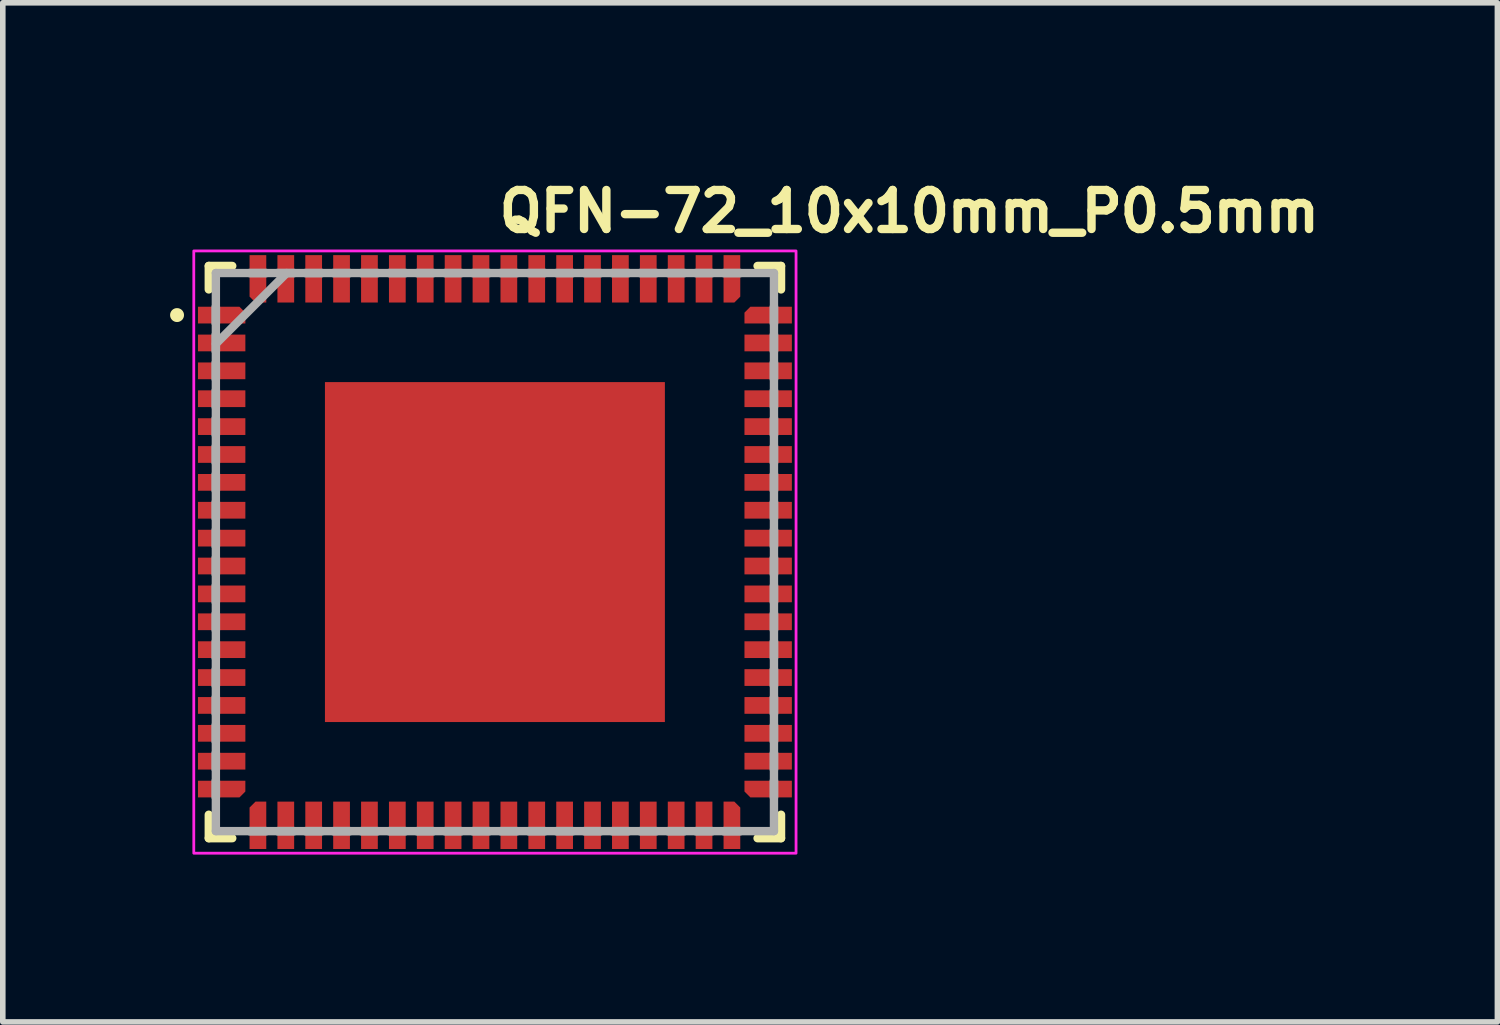
<source format=kicad_pcb>
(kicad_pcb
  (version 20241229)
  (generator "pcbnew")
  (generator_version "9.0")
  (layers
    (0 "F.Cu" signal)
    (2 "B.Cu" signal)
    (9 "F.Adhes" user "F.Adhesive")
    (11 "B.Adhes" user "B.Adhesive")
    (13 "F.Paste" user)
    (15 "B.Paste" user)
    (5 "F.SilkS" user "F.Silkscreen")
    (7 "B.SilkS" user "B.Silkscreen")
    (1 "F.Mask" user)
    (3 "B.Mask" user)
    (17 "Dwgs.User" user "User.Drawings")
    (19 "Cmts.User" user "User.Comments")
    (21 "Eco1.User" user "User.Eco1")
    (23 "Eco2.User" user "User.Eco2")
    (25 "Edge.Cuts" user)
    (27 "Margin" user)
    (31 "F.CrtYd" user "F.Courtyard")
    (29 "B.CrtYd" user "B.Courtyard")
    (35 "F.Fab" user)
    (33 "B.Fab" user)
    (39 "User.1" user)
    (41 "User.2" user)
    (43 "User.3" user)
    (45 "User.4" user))
  (footprint "QFN-72_10x10mm_P0.5mm"
    (layer "F.Cu")
    (at 5.825 6.85)
    (property "Reference" "QFN-72_10x10mm_P0.5mm" (at 0 -5.7 0) (unlocked yes) (layer "F.SilkS") (effects (font (size 0.7 0.7) (thickness 0.15)) (justify left bottom)))
    (attr smd)
    (fp_poly (pts (xy -5.378 -4.05) (xy -5.378 -4.45) (xy -4.538 -4.45) (xy -4.428 -4.339) (xy -4.428 -4.05)) (stroke (width 0) (type solid)) (fill yes) (layer "F.Mask"))
    (fp_poly (pts (xy -5.378 4.05) (xy -5.378 4.45) (xy -4.538 4.45) (xy -4.428 4.339) (xy -4.428 4.05)) (stroke (width 0) (type solid)) (fill yes) (layer "F.Mask"))
    (fp_poly (pts (xy -4.05 -5.378) (xy -4.45 -5.378) (xy -4.45 -4.538) (xy -4.339 -4.428) (xy -4.05 -4.428)) (stroke (width 0) (type solid)) (fill yes) (layer "F.Mask"))
    (fp_poly (pts (xy -4.05 5.378) (xy -4.45 5.378) (xy -4.45 4.538) (xy -4.339 4.428) (xy -4.05 4.428)) (stroke (width 0) (type solid)) (fill yes) (layer "F.Mask"))
    (fp_poly (pts (xy 4.05 -5.378) (xy 4.45 -5.378) (xy 4.45 -4.538) (xy 4.339 -4.428) (xy 4.05 -4.428)) (stroke (width 0) (type solid)) (fill yes) (layer "F.Mask"))
    (fp_poly (pts (xy 4.05 5.378) (xy 4.45 5.378) (xy 4.45 4.538) (xy 4.339 4.428) (xy 4.05 4.428)) (stroke (width 0) (type solid)) (fill yes) (layer "F.Mask"))
    (fp_poly (pts (xy 5.378 -4.05) (xy 5.378 -4.45) (xy 4.538 -4.45) (xy 4.428 -4.339) (xy 4.428 -4.05)) (stroke (width 0) (type solid)) (fill yes) (layer "F.Mask"))
    (fp_poly (pts (xy 5.378 4.05) (xy 5.378 4.45) (xy 4.538 4.45) (xy 4.428 4.339) (xy 4.428 4.05)) (stroke (width 0) (type solid)) (fill yes) (layer "F.Mask"))
    (fp_line (start -5.131 -4.71) (end -5.131 -5.131) (stroke (width 0.15) (type solid)) (layer "F.SilkS"))
    (fp_line (start -5.131 5.131) (end -5.131 4.71) (stroke (width 0.15) (type solid)) (layer "F.SilkS"))
    (fp_line (start -4.71 -5.131) (end -5.131 -5.131) (stroke (width 0.15) (type solid)) (layer "F.SilkS"))
    (fp_line (start -4.71 5.131) (end -5.131 5.131) (stroke (width 0.15) (type solid)) (layer "F.SilkS"))
    (fp_line (start 5.131 -5.131) (end 4.71 -5.131) (stroke (width 0.15) (type solid)) (layer "F.SilkS"))
    (fp_line (start 5.131 -4.71) (end 5.131 -5.131) (stroke (width 0.15) (type solid)) (layer "F.SilkS"))
    (fp_line (start 5.131 5.131) (end 4.71 5.131) (stroke (width 0.15) (type solid)) (layer "F.SilkS"))
    (fp_line (start 5.131 5.131) (end 5.131 4.71) (stroke (width 0.15) (type solid)) (layer "F.SilkS"))
    (fp_circle (center -5.7 -4.25) (end -5.65 -4.25) (stroke (width 0.15) (type solid)) (fill yes) (layer "F.SilkS"))
    (fp_poly (pts (xy -2.425 -1.175) (xy -1.175 -1.175) (xy -1.175 -2.425) (xy -2.425 -2.425)) (stroke (width 0) (type solid)) (fill yes) (layer "F.Paste"))
    (fp_poly (pts (xy -2.425 0.625) (xy -1.175 0.625) (xy -1.175 -0.625) (xy -2.425 -0.625)) (stroke (width 0) (type solid)) (fill yes) (layer "F.Paste"))
    (fp_poly (pts (xy -2.425 2.425) (xy -1.175 2.425) (xy -1.175 1.175) (xy -2.425 1.175)) (stroke (width 0) (type solid)) (fill yes) (layer "F.Paste"))
    (fp_poly (pts (xy -0.625 -1.175) (xy 0.625 -1.175) (xy 0.625 -2.425) (xy -0.625 -2.425)) (stroke (width 0) (type solid)) (fill yes) (layer "F.Paste"))
    (fp_poly (pts (xy -0.625 0.625) (xy 0.625 0.625) (xy 0.625 -0.625) (xy -0.625 -0.625)) (stroke (width 0) (type solid)) (fill yes) (layer "F.Paste"))
    (fp_poly (pts (xy -0.625 2.425) (xy 0.625 2.425) (xy 0.625 1.175) (xy -0.625 1.175)) (stroke (width 0) (type solid)) (fill yes) (layer "F.Paste"))
    (fp_poly (pts (xy 1.175 -1.175) (xy 2.425 -1.175) (xy 2.425 -2.425) (xy 1.175 -2.425)) (stroke (width 0) (type solid)) (fill yes) (layer "F.Paste"))
    (fp_poly (pts (xy 1.175 0.625) (xy 2.425 0.625) (xy 2.425 -0.625) (xy 1.175 -0.625)) (stroke (width 0) (type solid)) (fill yes) (layer "F.Paste"))
    (fp_poly (pts (xy 1.175 2.425) (xy 2.425 2.425) (xy 2.425 1.175) (xy 1.175 1.175)) (stroke (width 0) (type solid)) (fill yes) (layer "F.Paste"))
    (fp_rect (start -5.4 -5.4) (end 5.4 5.4) (stroke (width 0.05) (type solid)) (fill no) (layer "F.CrtYd"))
    (fp_line (start -5.004 -4.098) (end -5.004 -4.402) (stroke (width 0.15) (type solid)) (layer "F.Fab"))
    (fp_line (start -5.004 -4.098) (end -5.004 -4.402) (stroke (width 0.15) (type solid)) (layer "F.Fab"))
    (fp_line (start -5.004 -3.734) (end -3.734 -5.004) (stroke (width 0.15) (type solid)) (layer "F.Fab"))
    (fp_line (start -5.004 -3.598) (end -5.004 -3.902) (stroke (width 0.15) (type solid)) (layer "F.Fab"))
    (fp_line (start -5.004 -3.598) (end -5.004 -3.902) (stroke (width 0.15) (type solid)) (layer "F.Fab"))
    (fp_line (start -5.004 -3.098) (end -5.004 -3.402) (stroke (width 0.15) (type solid)) (layer "F.Fab"))
    (fp_line (start -5.004 -3.098) (end -5.004 -3.402) (stroke (width 0.15) (type solid)) (layer "F.Fab"))
    (fp_line (start -5.004 -2.598) (end -5.004 -2.902) (stroke (width 0.15) (type solid)) (layer "F.Fab"))
    (fp_line (start -5.004 -2.598) (end -5.004 -2.902) (stroke (width 0.15) (type solid)) (layer "F.Fab"))
    (fp_line (start -5.004 -2.098) (end -5.004 -2.402) (stroke (width 0.15) (type solid)) (layer "F.Fab"))
    (fp_line (start -5.004 -2.098) (end -5.004 -2.402) (stroke (width 0.15) (type solid)) (layer "F.Fab"))
    (fp_line (start -5.004 -1.598) (end -5.004 -1.902) (stroke (width 0.15) (type solid)) (layer "F.Fab"))
    (fp_line (start -5.004 -1.598) (end -5.004 -1.902) (stroke (width 0.15) (type solid)) (layer "F.Fab"))
    (fp_line (start -5.004 -1.098) (end -5.004 -1.402) (stroke (width 0.15) (type solid)) (layer "F.Fab"))
    (fp_line (start -5.004 -1.098) (end -5.004 -1.402) (stroke (width 0.15) (type solid)) (layer "F.Fab"))
    (fp_line (start -5.004 -0.598) (end -5.004 -0.902) (stroke (width 0.15) (type solid)) (layer "F.Fab"))
    (fp_line (start -5.004 -0.598) (end -5.004 -0.902) (stroke (width 0.15) (type solid)) (layer "F.Fab"))
    (fp_line (start -5.004 -0.098) (end -5.004 -0.402) (stroke (width 0.15) (type solid)) (layer "F.Fab"))
    (fp_line (start -5.004 -0.098) (end -5.004 -0.402) (stroke (width 0.15) (type solid)) (layer "F.Fab"))
    (fp_line (start -5.004 0.402) (end -5.004 0.098) (stroke (width 0.15) (type solid)) (layer "F.Fab"))
    (fp_line (start -5.004 0.402) (end -5.004 0.098) (stroke (width 0.15) (type solid)) (layer "F.Fab"))
    (fp_line (start -5.004 0.902) (end -5.004 0.598) (stroke (width 0.15) (type solid)) (layer "F.Fab"))
    (fp_line (start -5.004 0.902) (end -5.004 0.598) (stroke (width 0.15) (type solid)) (layer "F.Fab"))
    (fp_line (start -5.004 1.402) (end -5.004 1.098) (stroke (width 0.15) (type solid)) (layer "F.Fab"))
    (fp_line (start -5.004 1.402) (end -5.004 1.098) (stroke (width 0.15) (type solid)) (layer "F.Fab"))
    (fp_line (start -5.004 1.902) (end -5.004 1.598) (stroke (width 0.15) (type solid)) (layer "F.Fab"))
    (fp_line (start -5.004 1.902) (end -5.004 1.598) (stroke (width 0.15) (type solid)) (layer "F.Fab"))
    (fp_line (start -5.004 2.402) (end -5.004 2.098) (stroke (width 0.15) (type solid)) (layer "F.Fab"))
    (fp_line (start -5.004 2.402) (end -5.004 2.098) (stroke (width 0.15) (type solid)) (layer "F.Fab"))
    (fp_line (start -5.004 2.902) (end -5.004 2.598) (stroke (width 0.15) (type solid)) (layer "F.Fab"))
    (fp_line (start -5.004 2.902) (end -5.004 2.598) (stroke (width 0.15) (type solid)) (layer "F.Fab"))
    (fp_line (start -5.004 3.402) (end -5.004 3.098) (stroke (width 0.15) (type solid)) (layer "F.Fab"))
    (fp_line (start -5.004 3.402) (end -5.004 3.098) (stroke (width 0.15) (type solid)) (layer "F.Fab"))
    (fp_line (start -5.004 3.902) (end -5.004 3.598) (stroke (width 0.15) (type solid)) (layer "F.Fab"))
    (fp_line (start -5.004 3.902) (end -5.004 3.598) (stroke (width 0.15) (type solid)) (layer "F.Fab"))
    (fp_line (start -5.004 4.402) (end -5.004 4.098) (stroke (width 0.15) (type solid)) (layer "F.Fab"))
    (fp_line (start -5.004 4.402) (end -5.004 4.098) (stroke (width 0.15) (type solid)) (layer "F.Fab"))
    (fp_line (start -5.004 5.004) (end -5.004 -5.004) (stroke (width 0.15) (type solid)) (layer "F.Fab"))
    (fp_line (start -4.098 -5.004) (end -4.402 -5.004) (stroke (width 0.15) (type solid)) (layer "F.Fab"))
    (fp_line (start -4.098 -5.004) (end -4.402 -5.004) (stroke (width 0.15) (type solid)) (layer "F.Fab"))
    (fp_line (start -4.098 5.004) (end -4.402 5.004) (stroke (width 0.15) (type solid)) (layer "F.Fab"))
    (fp_line (start -4.098 5.004) (end -4.402 5.004) (stroke (width 0.15) (type solid)) (layer "F.Fab"))
    (fp_line (start -3.598 -5.004) (end -3.902 -5.004) (stroke (width 0.15) (type solid)) (layer "F.Fab"))
    (fp_line (start -3.598 -5.004) (end -3.902 -5.004) (stroke (width 0.15) (type solid)) (layer "F.Fab"))
    (fp_line (start -3.598 5.004) (end -3.902 5.004) (stroke (width 0.15) (type solid)) (layer "F.Fab"))
    (fp_line (start -3.598 5.004) (end -3.902 5.004) (stroke (width 0.15) (type solid)) (layer "F.Fab"))
    (fp_line (start -3.098 -5.004) (end -3.402 -5.004) (stroke (width 0.15) (type solid)) (layer "F.Fab"))
    (fp_line (start -3.098 -5.004) (end -3.402 -5.004) (stroke (width 0.15) (type solid)) (layer "F.Fab"))
    (fp_line (start -3.098 5.004) (end -3.402 5.004) (stroke (width 0.15) (type solid)) (layer "F.Fab"))
    (fp_line (start -3.098 5.004) (end -3.402 5.004) (stroke (width 0.15) (type solid)) (layer "F.Fab"))
    (fp_line (start -2.598 -5.004) (end -2.902 -5.004) (stroke (width 0.15) (type solid)) (layer "F.Fab"))
    (fp_line (start -2.598 -5.004) (end -2.902 -5.004) (stroke (width 0.15) (type solid)) (layer "F.Fab"))
    (fp_line (start -2.598 5.004) (end -2.902 5.004) (stroke (width 0.15) (type solid)) (layer "F.Fab"))
    (fp_line (start -2.598 5.004) (end -2.902 5.004) (stroke (width 0.15) (type solid)) (layer "F.Fab"))
    (fp_line (start -2.098 -5.004) (end -2.402 -5.004) (stroke (width 0.15) (type solid)) (layer "F.Fab"))
    (fp_line (start -2.098 -5.004) (end -2.402 -5.004) (stroke (width 0.15) (type solid)) (layer "F.Fab"))
    (fp_line (start -2.098 5.004) (end -2.402 5.004) (stroke (width 0.15) (type solid)) (layer "F.Fab"))
    (fp_line (start -2.098 5.004) (end -2.402 5.004) (stroke (width 0.15) (type solid)) (layer "F.Fab"))
    (fp_line (start -1.598 -5.004) (end -1.902 -5.004) (stroke (width 0.15) (type solid)) (layer "F.Fab"))
    (fp_line (start -1.598 -5.004) (end -1.902 -5.004) (stroke (width 0.15) (type solid)) (layer "F.Fab"))
    (fp_line (start -1.598 5.004) (end -1.902 5.004) (stroke (width 0.15) (type solid)) (layer "F.Fab"))
    (fp_line (start -1.598 5.004) (end -1.902 5.004) (stroke (width 0.15) (type solid)) (layer "F.Fab"))
    (fp_line (start -1.098 -5.004) (end -1.402 -5.004) (stroke (width 0.15) (type solid)) (layer "F.Fab"))
    (fp_line (start -1.098 -5.004) (end -1.402 -5.004) (stroke (width 0.15) (type solid)) (layer "F.Fab"))
    (fp_line (start -1.098 5.004) (end -1.402 5.004) (stroke (width 0.15) (type solid)) (layer "F.Fab"))
    (fp_line (start -1.098 5.004) (end -1.402 5.004) (stroke (width 0.15) (type solid)) (layer "F.Fab"))
    (fp_line (start -0.598 -5.004) (end -0.902 -5.004) (stroke (width 0.15) (type solid)) (layer "F.Fab"))
    (fp_line (start -0.598 -5.004) (end -0.902 -5.004) (stroke (width 0.15) (type solid)) (layer "F.Fab"))
    (fp_line (start -0.598 5.004) (end -0.902 5.004) (stroke (width 0.15) (type solid)) (layer "F.Fab"))
    (fp_line (start -0.598 5.004) (end -0.902 5.004) (stroke (width 0.15) (type solid)) (layer "F.Fab"))
    (fp_line (start -0.098 -5.004) (end -0.402 -5.004) (stroke (width 0.15) (type solid)) (layer "F.Fab"))
    (fp_line (start -0.098 -5.004) (end -0.402 -5.004) (stroke (width 0.15) (type solid)) (layer "F.Fab"))
    (fp_line (start -0.098 5.004) (end -0.402 5.004) (stroke (width 0.15) (type solid)) (layer "F.Fab"))
    (fp_line (start -0.098 5.004) (end -0.402 5.004) (stroke (width 0.15) (type solid)) (layer "F.Fab"))
    (fp_line (start 0.402 -5.004) (end 0.098 -5.004) (stroke (width 0.15) (type solid)) (layer "F.Fab"))
    (fp_line (start 0.402 -5.004) (end 0.098 -5.004) (stroke (width 0.15) (type solid)) (layer "F.Fab"))
    (fp_line (start 0.402 5.004) (end 0.098 5.004) (stroke (width 0.15) (type solid)) (layer "F.Fab"))
    (fp_line (start 0.402 5.004) (end 0.098 5.004) (stroke (width 0.15) (type solid)) (layer "F.Fab"))
    (fp_line (start 0.902 -5.004) (end 0.598 -5.004) (stroke (width 0.15) (type solid)) (layer "F.Fab"))
    (fp_line (start 0.902 -5.004) (end 0.598 -5.004) (stroke (width 0.15) (type solid)) (layer "F.Fab"))
    (fp_line (start 0.902 5.004) (end 0.598 5.004) (stroke (width 0.15) (type solid)) (layer "F.Fab"))
    (fp_line (start 0.902 5.004) (end 0.598 5.004) (stroke (width 0.15) (type solid)) (layer "F.Fab"))
    (fp_line (start 1.402 -5.004) (end 1.098 -5.004) (stroke (width 0.15) (type solid)) (layer "F.Fab"))
    (fp_line (start 1.402 -5.004) (end 1.098 -5.004) (stroke (width 0.15) (type solid)) (layer "F.Fab"))
    (fp_line (start 1.402 5.004) (end 1.098 5.004) (stroke (width 0.15) (type solid)) (layer "F.Fab"))
    (fp_line (start 1.402 5.004) (end 1.098 5.004) (stroke (width 0.15) (type solid)) (layer "F.Fab"))
    (fp_line (start 1.902 -5.004) (end 1.598 -5.004) (stroke (width 0.15) (type solid)) (layer "F.Fab"))
    (fp_line (start 1.902 -5.004) (end 1.598 -5.004) (stroke (width 0.15) (type solid)) (layer "F.Fab"))
    (fp_line (start 1.902 5.004) (end 1.598 5.004) (stroke (width 0.15) (type solid)) (layer "F.Fab"))
    (fp_line (start 1.902 5.004) (end 1.598 5.004) (stroke (width 0.15) (type solid)) (layer "F.Fab"))
    (fp_line (start 2.402 -5.004) (end 2.098 -5.004) (stroke (width 0.15) (type solid)) (layer "F.Fab"))
    (fp_line (start 2.402 -5.004) (end 2.098 -5.004) (stroke (width 0.15) (type solid)) (layer "F.Fab"))
    (fp_line (start 2.402 5.004) (end 2.098 5.004) (stroke (width 0.15) (type solid)) (layer "F.Fab"))
    (fp_line (start 2.402 5.004) (end 2.098 5.004) (stroke (width 0.15) (type solid)) (layer "F.Fab"))
    (fp_line (start 2.902 -5.004) (end 2.598 -5.004) (stroke (width 0.15) (type solid)) (layer "F.Fab"))
    (fp_line (start 2.902 -5.004) (end 2.598 -5.004) (stroke (width 0.15) (type solid)) (layer "F.Fab"))
    (fp_line (start 2.902 5.004) (end 2.598 5.004) (stroke (width 0.15) (type solid)) (layer "F.Fab"))
    (fp_line (start 2.902 5.004) (end 2.598 5.004) (stroke (width 0.15) (type solid)) (layer "F.Fab"))
    (fp_line (start 3.402 -5.004) (end 3.098 -5.004) (stroke (width 0.15) (type solid)) (layer "F.Fab"))
    (fp_line (start 3.402 -5.004) (end 3.098 -5.004) (stroke (width 0.15) (type solid)) (layer "F.Fab"))
    (fp_line (start 3.402 5.004) (end 3.098 5.004) (stroke (width 0.15) (type solid)) (layer "F.Fab"))
    (fp_line (start 3.402 5.004) (end 3.098 5.004) (stroke (width 0.15) (type solid)) (layer "F.Fab"))
    (fp_line (start 3.902 -5.004) (end 3.598 -5.004) (stroke (width 0.15) (type solid)) (layer "F.Fab"))
    (fp_line (start 3.902 -5.004) (end 3.598 -5.004) (stroke (width 0.15) (type solid)) (layer "F.Fab"))
    (fp_line (start 3.902 5.004) (end 3.598 5.004) (stroke (width 0.15) (type solid)) (layer "F.Fab"))
    (fp_line (start 3.902 5.004) (end 3.598 5.004) (stroke (width 0.15) (type solid)) (layer "F.Fab"))
    (fp_line (start 4.402 -5.004) (end 4.098 -5.004) (stroke (width 0.15) (type solid)) (layer "F.Fab"))
    (fp_line (start 4.402 -5.004) (end 4.098 -5.004) (stroke (width 0.15) (type solid)) (layer "F.Fab"))
    (fp_line (start 4.402 5.004) (end 4.098 5.004) (stroke (width 0.15) (type solid)) (layer "F.Fab"))
    (fp_line (start 4.402 5.004) (end 4.098 5.004) (stroke (width 0.15) (type solid)) (layer "F.Fab"))
    (fp_line (start 5.004 -5.004) (end -5.004 -5.004) (stroke (width 0.15) (type solid)) (layer "F.Fab"))
    (fp_line (start 5.004 -4.098) (end 5.004 -4.402) (stroke (width 0.15) (type solid)) (layer "F.Fab"))
    (fp_line (start 5.004 -4.098) (end 5.004 -4.402) (stroke (width 0.15) (type solid)) (layer "F.Fab"))
    (fp_line (start 5.004 -3.598) (end 5.004 -3.902) (stroke (width 0.15) (type solid)) (layer "F.Fab"))
    (fp_line (start 5.004 -3.598) (end 5.004 -3.902) (stroke (width 0.15) (type solid)) (layer "F.Fab"))
    (fp_line (start 5.004 -3.098) (end 5.004 -3.402) (stroke (width 0.15) (type solid)) (layer "F.Fab"))
    (fp_line (start 5.004 -3.098) (end 5.004 -3.402) (stroke (width 0.15) (type solid)) (layer "F.Fab"))
    (fp_line (start 5.004 -2.598) (end 5.004 -2.902) (stroke (width 0.15) (type solid)) (layer "F.Fab"))
    (fp_line (start 5.004 -2.598) (end 5.004 -2.902) (stroke (width 0.15) (type solid)) (layer "F.Fab"))
    (fp_line (start 5.004 -2.098) (end 5.004 -2.402) (stroke (width 0.15) (type solid)) (layer "F.Fab"))
    (fp_line (start 5.004 -2.098) (end 5.004 -2.402) (stroke (width 0.15) (type solid)) (layer "F.Fab"))
    (fp_line (start 5.004 -1.598) (end 5.004 -1.902) (stroke (width 0.15) (type solid)) (layer "F.Fab"))
    (fp_line (start 5.004 -1.598) (end 5.004 -1.902) (stroke (width 0.15) (type solid)) (layer "F.Fab"))
    (fp_line (start 5.004 -1.098) (end 5.004 -1.402) (stroke (width 0.15) (type solid)) (layer "F.Fab"))
    (fp_line (start 5.004 -1.098) (end 5.004 -1.402) (stroke (width 0.15) (type solid)) (layer "F.Fab"))
    (fp_line (start 5.004 -0.598) (end 5.004 -0.902) (stroke (width 0.15) (type solid)) (layer "F.Fab"))
    (fp_line (start 5.004 -0.598) (end 5.004 -0.902) (stroke (width 0.15) (type solid)) (layer "F.Fab"))
    (fp_line (start 5.004 -0.098) (end 5.004 -0.402) (stroke (width 0.15) (type solid)) (layer "F.Fab"))
    (fp_line (start 5.004 -0.098) (end 5.004 -0.402) (stroke (width 0.15) (type solid)) (layer "F.Fab"))
    (fp_line (start 5.004 0.402) (end 5.004 0.098) (stroke (width 0.15) (type solid)) (layer "F.Fab"))
    (fp_line (start 5.004 0.402) (end 5.004 0.098) (stroke (width 0.15) (type solid)) (layer "F.Fab"))
    (fp_line (start 5.004 0.902) (end 5.004 0.598) (stroke (width 0.15) (type solid)) (layer "F.Fab"))
    (fp_line (start 5.004 0.902) (end 5.004 0.598) (stroke (width 0.15) (type solid)) (layer "F.Fab"))
    (fp_line (start 5.004 1.402) (end 5.004 1.098) (stroke (width 0.15) (type solid)) (layer "F.Fab"))
    (fp_line (start 5.004 1.402) (end 5.004 1.098) (stroke (width 0.15) (type solid)) (layer "F.Fab"))
    (fp_line (start 5.004 1.902) (end 5.004 1.598) (stroke (width 0.15) (type solid)) (layer "F.Fab"))
    (fp_line (start 5.004 1.902) (end 5.004 1.598) (stroke (width 0.15) (type solid)) (layer "F.Fab"))
    (fp_line (start 5.004 2.402) (end 5.004 2.098) (stroke (width 0.15) (type solid)) (layer "F.Fab"))
    (fp_line (start 5.004 2.402) (end 5.004 2.098) (stroke (width 0.15) (type solid)) (layer "F.Fab"))
    (fp_line (start 5.004 2.902) (end 5.004 2.598) (stroke (width 0.15) (type solid)) (layer "F.Fab"))
    (fp_line (start 5.004 2.902) (end 5.004 2.598) (stroke (width 0.15) (type solid)) (layer "F.Fab"))
    (fp_line (start 5.004 3.402) (end 5.004 3.098) (stroke (width 0.15) (type solid)) (layer "F.Fab"))
    (fp_line (start 5.004 3.402) (end 5.004 3.098) (stroke (width 0.15) (type solid)) (layer "F.Fab"))
    (fp_line (start 5.004 3.902) (end 5.004 3.598) (stroke (width 0.15) (type solid)) (layer "F.Fab"))
    (fp_line (start 5.004 3.902) (end 5.004 3.598) (stroke (width 0.15) (type solid)) (layer "F.Fab"))
    (fp_line (start 5.004 4.402) (end 5.004 4.098) (stroke (width 0.15) (type solid)) (layer "F.Fab"))
    (fp_line (start 5.004 4.402) (end 5.004 4.098) (stroke (width 0.15) (type solid)) (layer "F.Fab"))
    (fp_line (start 5.004 5.004) (end -5.004 5.004) (stroke (width 0.15) (type solid)) (layer "F.Fab"))
    (fp_line (start 5.004 5.004) (end 5.004 -5.004) (stroke (width 0.15) (type solid)) (layer "F.Fab"))
    (fp_rect (start -5.004 -5.004) (end 5.004 5.004) (stroke (width 0.1) (type solid)) (fill no) (layer "User.5"))
    (fp_line (start -5.004 -5.004) (end -5.004 5.004) (stroke (width 0.02) (type solid)) (layer "User.9"))
    (fp_line (start -5.004 5.004) (end 5.004 5.004) (stroke (width 0.02) (type solid)) (layer "User.9"))
    (fp_line (start -4.253 -4.016) (end -4.253 -4.003) (stroke (width 0.02) (type solid)) (layer "User.9"))
    (fp_line (start -4.253 -4.003) (end -4.253 -4.003) (stroke (width 0.02) (type solid)) (layer "User.9"))
    (fp_line (start -4.253 -4.003) (end -4.253 -3.99) (stroke (width 0.02) (type solid)) (layer "User.9"))
    (fp_line (start -4.253 -3.99) (end -4.252 -3.977) (stroke (width 0.02) (type solid)) (layer "User.9"))
    (fp_line (start -4.252 -4.029) (end -4.253 -4.016) (stroke (width 0.02) (type solid)) (layer "User.9"))
    (fp_line (start -4.252 -3.977) (end -4.25 -3.965) (stroke (width 0.02) (type solid)) (layer "User.9"))
    (fp_line (start -4.25 -4.041) (end -4.252 -4.029) (stroke (width 0.02) (type solid)) (layer "User.9"))
    (fp_line (start -4.25 -3.965) (end -4.248 -3.953) (stroke (width 0.02) (type solid)) (layer "User.9"))
    (fp_line (start -4.248 -4.053) (end -4.25 -4.041) (stroke (width 0.02) (type solid)) (layer "User.9"))
    (fp_line (start -4.248 -3.953) (end -4.245 -3.94) (stroke (width 0.02) (type solid)) (layer "User.9"))
    (fp_line (start -4.245 -4.066) (end -4.248 -4.053) (stroke (width 0.02) (type solid)) (layer "User.9"))
    (fp_line (start -4.245 -3.94) (end -4.242 -3.929) (stroke (width 0.02) (type solid)) (layer "User.9"))
    (fp_line (start -4.242 -4.077) (end -4.245 -4.066) (stroke (width 0.02) (type solid)) (layer "User.9"))
    (fp_line (start -4.242 -3.929) (end -4.238 -3.917) (stroke (width 0.02) (type solid)) (layer "User.9"))
    (fp_line (start -4.238 -4.089) (end -4.242 -4.077) (stroke (width 0.02) (type solid)) (layer "User.9"))
    (fp_line (start -4.238 -3.917) (end -4.234 -3.906) (stroke (width 0.02) (type solid)) (layer "User.9"))
    (fp_line (start -4.234 -4.1) (end -4.238 -4.089) (stroke (width 0.02) (type solid)) (layer "User.9"))
    (fp_line (start -4.234 -3.906) (end -4.229 -3.895) (stroke (width 0.02) (type solid)) (layer "User.9"))
    (fp_line (start -4.229 -4.111) (end -4.234 -4.1) (stroke (width 0.02) (type solid)) (layer "User.9"))
    (fp_line (start -4.229 -3.895) (end -4.223 -3.884) (stroke (width 0.02) (type solid)) (layer "User.9"))
    (fp_line (start -4.223 -4.122) (end -4.229 -4.111) (stroke (width 0.02) (type solid)) (layer "User.9"))
    (fp_line (start -4.223 -3.884) (end -4.217 -3.873) (stroke (width 0.02) (type solid)) (layer "User.9"))
    (fp_line (start -4.217 -4.133) (end -4.223 -4.122) (stroke (width 0.02) (type solid)) (layer "User.9"))
    (fp_line (start -4.217 -3.873) (end -4.21 -3.863) (stroke (width 0.02) (type solid)) (layer "User.9"))
    (fp_line (start -4.21 -4.143) (end -4.217 -4.133) (stroke (width 0.02) (type solid)) (layer "User.9"))
    (fp_line (start -4.21 -3.863) (end -4.203 -3.853) (stroke (width 0.02) (type solid)) (layer "User.9"))
    (fp_line (start -4.203 -4.153) (end -4.21 -4.143) (stroke (width 0.02) (type solid)) (layer "User.9"))
    (fp_line (start -4.203 -3.853) (end -4.196 -3.844) (stroke (width 0.02) (type solid)) (layer "User.9"))
    (fp_line (start -4.196 -4.162) (end -4.203 -4.153) (stroke (width 0.02) (type solid)) (layer "User.9"))
    (fp_line (start -4.196 -3.844) (end -4.188 -3.835) (stroke (width 0.02) (type solid)) (layer "User.9"))
    (fp_line (start -4.188 -4.171) (end -4.196 -4.162) (stroke (width 0.02) (type solid)) (layer "User.9"))
    (fp_line (start -4.188 -3.835) (end -4.18 -3.826) (stroke (width 0.02) (type solid)) (layer "User.9"))
    (fp_line (start -4.18 -4.18) (end -4.188 -4.171) (stroke (width 0.02) (type solid)) (layer "User.9"))
    (fp_line (start -4.18 -3.826) (end -4.171 -3.818) (stroke (width 0.02) (type solid)) (layer "User.9"))
    (fp_line (start -4.171 -4.188) (end -4.18 -4.18) (stroke (width 0.02) (type solid)) (layer "User.9"))
    (fp_line (start -4.171 -3.818) (end -4.162 -3.81) (stroke (width 0.02) (type solid)) (layer "User.9"))
    (fp_line (start -4.162 -4.196) (end -4.171 -4.188) (stroke (width 0.02) (type solid)) (layer "User.9"))
    (fp_line (start -4.162 -3.81) (end -4.153 -3.803) (stroke (width 0.02) (type solid)) (layer "User.9"))
    (fp_line (start -4.153 -4.203) (end -4.162 -4.196) (stroke (width 0.02) (type solid)) (layer "User.9"))
    (fp_line (start -4.153 -3.803) (end -4.143 -3.796) (stroke (width 0.02) (type solid)) (layer "User.9"))
    (fp_line (start -4.143 -4.21) (end -4.153 -4.203) (stroke (width 0.02) (type solid)) (layer "User.9"))
    (fp_line (start -4.143 -3.796) (end -4.133 -3.789) (stroke (width 0.02) (type solid)) (layer "User.9"))
    (fp_line (start -4.133 -4.217) (end -4.143 -4.21) (stroke (width 0.02) (type solid)) (layer "User.9"))
    (fp_line (start -4.133 -3.789) (end -4.122 -3.783) (stroke (width 0.02) (type solid)) (layer "User.9"))
    (fp_line (start -4.122 -4.223) (end -4.133 -4.217) (stroke (width 0.02) (type solid)) (layer "User.9"))
    (fp_line (start -4.122 -3.783) (end -4.111 -3.777) (stroke (width 0.02) (type solid)) (layer "User.9"))
    (fp_line (start -4.111 -4.229) (end -4.122 -4.223) (stroke (width 0.02) (type solid)) (layer "User.9"))
    (fp_line (start -4.111 -3.777) (end -4.1 -3.772) (stroke (width 0.02) (type solid)) (layer "User.9"))
    (fp_line (start -4.1 -4.234) (end -4.111 -4.229) (stroke (width 0.02) (type solid)) (layer "User.9"))
    (fp_line (start -4.1 -3.772) (end -4.089 -3.768) (stroke (width 0.02) (type solid)) (layer "User.9"))
    (fp_line (start -4.089 -4.238) (end -4.1 -4.234) (stroke (width 0.02) (type solid)) (layer "User.9"))
    (fp_line (start -4.089 -3.768) (end -4.077 -3.764) (stroke (width 0.02) (type solid)) (layer "User.9"))
    (fp_line (start -4.077 -4.242) (end -4.089 -4.238) (stroke (width 0.02) (type solid)) (layer "User.9"))
    (fp_line (start -4.077 -3.764) (end -4.066 -3.761) (stroke (width 0.02) (type solid)) (layer "User.9"))
    (fp_line (start -4.066 -4.245) (end -4.077 -4.242) (stroke (width 0.02) (type solid)) (layer "User.9"))
    (fp_line (start -4.066 -3.761) (end -4.053 -3.758) (stroke (width 0.02) (type solid)) (layer "User.9"))
    (fp_line (start -4.053 -4.248) (end -4.066 -4.245) (stroke (width 0.02) (type solid)) (layer "User.9"))
    (fp_line (start -4.053 -3.758) (end -4.041 -3.756) (stroke (width 0.02) (type solid)) (layer "User.9"))
    (fp_line (start -4.041 -4.25) (end -4.053 -4.248) (stroke (width 0.02) (type solid)) (layer "User.9"))
    (fp_line (start -4.041 -3.756) (end -4.029 -3.754) (stroke (width 0.02) (type solid)) (layer "User.9"))
    (fp_line (start -4.029 -4.252) (end -4.041 -4.25) (stroke (width 0.02) (type solid)) (layer "User.9"))
    (fp_line (start -4.029 -3.754) (end -4.016 -3.753) (stroke (width 0.02) (type solid)) (layer "User.9"))
    (fp_line (start -4.016 -4.253) (end -4.029 -4.252) (stroke (width 0.02) (type solid)) (layer "User.9"))
    (fp_line (start -4.016 -3.753) (end -4.003 -3.753) (stroke (width 0.02) (type solid)) (layer "User.9"))
    (fp_line (start -4.003 -4.253) (end -4.016 -4.253) (stroke (width 0.02) (type solid)) (layer "User.9"))
    (fp_line (start -4.003 -4.253) (end -4.003 -4.253) (stroke (width 0.02) (type solid)) (layer "User.9"))
    (fp_line (start -4.003 -3.753) (end -4.003 -3.753) (stroke (width 0.02) (type solid)) (layer "User.9"))
    (fp_line (start -4.003 -3.753) (end -3.99 -3.753) (stroke (width 0.02) (type solid)) (layer "User.9"))
    (fp_line (start -3.99 -4.253) (end -4.003 -4.253) (stroke (width 0.02) (type solid)) (layer "User.9"))
    (fp_line (start -3.99 -3.753) (end -3.977 -3.754) (stroke (width 0.02) (type solid)) (layer "User.9"))
    (fp_line (start -3.977 -4.252) (end -3.99 -4.253) (stroke (width 0.02) (type solid)) (layer "User.9"))
    (fp_line (start -3.977 -3.754) (end -3.965 -3.756) (stroke (width 0.02) (type solid)) (layer "User.9"))
    (fp_line (start -3.965 -4.25) (end -3.977 -4.252) (stroke (width 0.02) (type solid)) (layer "User.9"))
    (fp_line (start -3.965 -3.756) (end -3.953 -3.758) (stroke (width 0.02) (type solid)) (layer "User.9"))
    (fp_line (start -3.953 -4.248) (end -3.965 -4.25) (stroke (width 0.02) (type solid)) (layer "User.9"))
    (fp_line (start -3.953 -3.758) (end -3.94 -3.761) (stroke (width 0.02) (type solid)) (layer "User.9"))
    (fp_line (start -3.94 -4.245) (end -3.953 -4.248) (stroke (width 0.02) (type solid)) (layer "User.9"))
    (fp_line (start -3.94 -3.761) (end -3.929 -3.764) (stroke (width 0.02) (type solid)) (layer "User.9"))
    (fp_line (start -3.929 -4.242) (end -3.94 -4.245) (stroke (width 0.02) (type solid)) (layer "User.9"))
    (fp_line (start -3.929 -3.764) (end -3.917 -3.768) (stroke (width 0.02) (type solid)) (layer "User.9"))
    (fp_line (start -3.917 -4.238) (end -3.929 -4.242) (stroke (width 0.02) (type solid)) (layer "User.9"))
    (fp_line (start -3.917 -3.768) (end -3.906 -3.772) (stroke (width 0.02) (type solid)) (layer "User.9"))
    (fp_line (start -3.906 -4.234) (end -3.917 -4.238) (stroke (width 0.02) (type solid)) (layer "User.9"))
    (fp_line (start -3.906 -3.772) (end -3.895 -3.777) (stroke (width 0.02) (type solid)) (layer "User.9"))
    (fp_line (start -3.895 -4.229) (end -3.906 -4.234) (stroke (width 0.02) (type solid)) (layer "User.9"))
    (fp_line (start -3.895 -3.777) (end -3.884 -3.783) (stroke (width 0.02) (type solid)) (layer "User.9"))
    (fp_line (start -3.884 -4.223) (end -3.895 -4.229) (stroke (width 0.02) (type solid)) (layer "User.9"))
    (fp_line (start -3.884 -3.783) (end -3.873 -3.789) (stroke (width 0.02) (type solid)) (layer "User.9"))
    (fp_line (start -3.873 -4.217) (end -3.884 -4.223) (stroke (width 0.02) (type solid)) (layer "User.9"))
    (fp_line (start -3.873 -3.789) (end -3.863 -3.796) (stroke (width 0.02) (type solid)) (layer "User.9"))
    (fp_line (start -3.863 -4.21) (end -3.873 -4.217) (stroke (width 0.02) (type solid)) (layer "User.9"))
    (fp_line (start -3.863 -3.796) (end -3.853 -3.803) (stroke (width 0.02) (type solid)) (layer "User.9"))
    (fp_line (start -3.853 -4.203) (end -3.863 -4.21) (stroke (width 0.02) (type solid)) (layer "User.9"))
    (fp_line (start -3.853 -3.803) (end -3.844 -3.81) (stroke (width 0.02) (type solid)) (layer "User.9"))
    (fp_line (start -3.844 -4.196) (end -3.853 -4.203) (stroke (width 0.02) (type solid)) (layer "User.9"))
    (fp_line (start -3.844 -3.81) (end -3.835 -3.818) (stroke (width 0.02) (type solid)) (layer "User.9"))
    (fp_line (start -3.835 -4.188) (end -3.844 -4.196) (stroke (width 0.02) (type solid)) (layer "User.9"))
    (fp_line (start -3.835 -3.818) (end -3.826 -3.826) (stroke (width 0.02) (type solid)) (layer "User.9"))
    (fp_line (start -3.826 -4.18) (end -3.835 -4.188) (stroke (width 0.02) (type solid)) (layer "User.9"))
    (fp_line (start -3.826 -3.826) (end -3.818 -3.835) (stroke (width 0.02) (type solid)) (layer "User.9"))
    (fp_line (start -3.818 -4.171) (end -3.826 -4.18) (stroke (width 0.02) (type solid)) (layer "User.9"))
    (fp_line (start -3.818 -3.835) (end -3.81 -3.844) (stroke (width 0.02) (type solid)) (layer "User.9"))
    (fp_line (start -3.81 -4.162) (end -3.818 -4.171) (stroke (width 0.02) (type solid)) (layer "User.9"))
    (fp_line (start -3.81 -3.844) (end -3.803 -3.853) (stroke (width 0.02) (type solid)) (layer "User.9"))
    (fp_line (start -3.803 -4.153) (end -3.81 -4.162) (stroke (width 0.02) (type solid)) (layer "User.9"))
    (fp_line (start -3.803 -3.853) (end -3.796 -3.863) (stroke (width 0.02) (type solid)) (layer "User.9"))
    (fp_line (start -3.796 -4.143) (end -3.803 -4.153) (stroke (width 0.02) (type solid)) (layer "User.9"))
    (fp_line (start -3.796 -3.863) (end -3.789 -3.873) (stroke (width 0.02) (type solid)) (layer "User.9"))
    (fp_line (start -3.789 -4.133) (end -3.796 -4.143) (stroke (width 0.02) (type solid)) (layer "User.9"))
    (fp_line (start -3.789 -3.873) (end -3.783 -3.884) (stroke (width 0.02) (type solid)) (layer "User.9"))
    (fp_line (start -3.783 -4.122) (end -3.789 -4.133) (stroke (width 0.02) (type solid)) (layer "User.9"))
    (fp_line (start -3.783 -3.884) (end -3.777 -3.895) (stroke (width 0.02) (type solid)) (layer "User.9"))
    (fp_line (start -3.777 -4.111) (end -3.783 -4.122) (stroke (width 0.02) (type solid)) (layer "User.9"))
    (fp_line (start -3.777 -3.895) (end -3.772 -3.906) (stroke (width 0.02) (type solid)) (layer "User.9"))
    (fp_line (start -3.772 -4.1) (end -3.777 -4.111) (stroke (width 0.02) (type solid)) (layer "User.9"))
    (fp_line (start -3.772 -3.906) (end -3.768 -3.917) (stroke (width 0.02) (type solid)) (layer "User.9"))
    (fp_line (start -3.768 -4.089) (end -3.772 -4.1) (stroke (width 0.02) (type solid)) (layer "User.9"))
    (fp_line (start -3.768 -3.917) (end -3.764 -3.929) (stroke (width 0.02) (type solid)) (layer "User.9"))
    (fp_line (start -3.764 -4.077) (end -3.768 -4.089) (stroke (width 0.02) (type solid)) (layer "User.9"))
    (fp_line (start -3.764 -3.929) (end -3.761 -3.94) (stroke (width 0.02) (type solid)) (layer "User.9"))
    (fp_line (start -3.761 -4.066) (end -3.764 -4.077) (stroke (width 0.02) (type solid)) (layer "User.9"))
    (fp_line (start -3.761 -3.94) (end -3.758 -3.953) (stroke (width 0.02) (type solid)) (layer "User.9"))
    (fp_line (start -3.758 -4.053) (end -3.761 -4.066) (stroke (width 0.02) (type solid)) (layer "User.9"))
    (fp_line (start -3.758 -3.953) (end -3.756 -3.965) (stroke (width 0.02) (type solid)) (layer "User.9"))
    (fp_line (start -3.756 -4.041) (end -3.758 -4.053) (stroke (width 0.02) (type solid)) (layer "User.9"))
    (fp_line (start -3.756 -3.965) (end -3.754 -3.977) (stroke (width 0.02) (type solid)) (layer "User.9"))
    (fp_line (start -3.754 -4.029) (end -3.756 -4.041) (stroke (width 0.02) (type solid)) (layer "User.9"))
    (fp_line (start -3.754 -3.977) (end -3.753 -3.99) (stroke (width 0.02) (type solid)) (layer "User.9"))
    (fp_line (start -3.753 -4.016) (end -3.754 -4.029) (stroke (width 0.02) (type solid)) (layer "User.9"))
    (fp_line (start -3.753 -4.003) (end -3.753 -4.016) (stroke (width 0.02) (type solid)) (layer "User.9"))
    (fp_line (start -3.753 -4.003) (end -3.753 -4.003) (stroke (width 0.02) (type solid)) (layer "User.9"))
    (fp_line (start -3.753 -4.003) (end -3.753 -4.003) (stroke (width 0.02) (type solid)) (layer "User.9"))
    (fp_line (start -3.753 -3.99) (end -3.753 -4.003) (stroke (width 0.02) (type solid)) (layer "User.9"))
    (fp_line (start 5.004 -5.004) (end -5.004 -5.004) (stroke (width 0.02) (type solid)) (layer "User.9"))
    (fp_line (start 5.004 5.004) (end 5.004 -5.004) (stroke (width 0.02) (type solid)) (layer "User.9"))
    (pad "" smd custom (at -5.325 -4.1 135) (size 0.000001 0.000001) (layers "F.Cu" "F.Mask" "F.Paste") (options (anchor circle)) (primitives (gr_poly (pts (xy 0 0) (xy 0.212 0.212) (xy -0.314 0.738) (xy -0.464 0.738) (xy -0.601 0.601)) (width 0) (fill yes))))
    (pad "" smd custom (at -5.325 4.1 135) (size 0.000001 0.000001) (layers "F.Cu" "F.Mask" "F.Paste") (options (anchor circle)) (primitives (gr_poly (pts (xy 0 0) (xy -0.212 -0.212) (xy -0.738 0.314) (xy -0.738 0.464) (xy -0.601 0.601)) (width 0) (fill yes))))
    (pad "" smd custom (at -4.1 -5.325 135) (size 0.000001 0.000001) (layers "F.Cu" "F.Mask" "F.Paste") (options (anchor circle)) (primitives (gr_poly (pts (xy 0 0) (xy 0.212 -0.212) (xy -0.314 -0.738) (xy -0.464 -0.738) (xy -0.601 -0.601)) (width 0) (fill yes))))
    (pad "" smd custom (at -4.1 5.325 135) (size 0.000001 0.000001) (layers "F.Cu" "F.Mask" "F.Paste") (options (anchor circle)) (primitives (gr_poly (pts (xy 0 0) (xy 0.212 -0.212) (xy 0.738 0.314) (xy 0.738 0.464) (xy 0.601 0.601)) (width 0) (fill yes))))
    (pad "" smd custom (at 4.1 -5.325 135) (size 0.000001 0.000001) (layers "F.Cu" "F.Mask" "F.Paste") (options (anchor circle)) (primitives (gr_poly (pts (xy 0 0) (xy -0.212 0.212) (xy -0.738 -0.314) (xy -0.738 -0.464) (xy -0.601 -0.601)) (width 0) (fill yes))))
    (pad "" smd custom (at 4.1 5.325 135) (size 0.000001 0.000001) (layers "F.Cu" "F.Mask" "F.Paste") (options (anchor circle)) (primitives (gr_poly (pts (xy 0 0) (xy -0.212 0.212) (xy 0.314 0.738) (xy 0.464 0.738) (xy 0.601 0.601)) (width 0) (fill yes))))
    (pad "" smd custom (at 5.325 -4.1 135) (size 0.000001 0.000001) (layers "F.Cu" "F.Mask" "F.Paste") (options (anchor circle)) (primitives (gr_poly (pts (xy 0 0) (xy 0.212 0.212) (xy 0.738 -0.314) (xy 0.738 -0.464) (xy 0.601 -0.601)) (width 0) (fill yes))))
    (pad "" smd custom (at 5.325 4.1 135) (size 0.000001 0.000001) (layers "F.Cu" "F.Mask" "F.Paste") (options (anchor circle)) (primitives (gr_poly (pts (xy 0 0) (xy -0.212 -0.212) (xy 0.314 -0.738) (xy 0.464 -0.738) (xy 0.601 -0.601)) (width 0) (fill yes))))
    (pad "1" smd rect (at -4.9 -4.25 270) (size 0.254 0.254) (layers "F.Cu" "F.Mask" "F.Paste"))
    (pad "2" smd rect (at -4.9 -3.75 270) (size 0.3 0.85) (layers "F.Cu" "F.Mask" "F.Paste"))
    (pad "3" smd rect (at -4.9 -3.25 270) (size 0.3 0.85) (layers "F.Cu" "F.Mask" "F.Paste"))
    (pad "4" smd rect (at -4.9 -2.75 270) (size 0.3 0.85) (layers "F.Cu" "F.Mask" "F.Paste"))
    (pad "5" smd rect (at -4.9 -2.25 270) (size 0.3 0.85) (layers "F.Cu" "F.Mask" "F.Paste"))
    (pad "6" smd rect (at -4.9 -1.75 270) (size 0.3 0.85) (layers "F.Cu" "F.Mask" "F.Paste"))
    (pad "7" smd rect (at -4.9 -1.25 270) (size 0.3 0.85) (layers "F.Cu" "F.Mask" "F.Paste"))
    (pad "8" smd rect (at -4.9 -0.75 270) (size 0.3 0.85) (layers "F.Cu" "F.Mask" "F.Paste"))
    (pad "9" smd rect (at -4.9 -0.25 270) (size 0.3 0.85) (layers "F.Cu" "F.Mask" "F.Paste"))
    (pad "10" smd rect (at -4.9 0.25 270) (size 0.3 0.85) (layers "F.Cu" "F.Mask" "F.Paste"))
    (pad "11" smd rect (at -4.9 0.75 270) (size 0.3 0.85) (layers "F.Cu" "F.Mask" "F.Paste"))
    (pad "12" smd rect (at -4.9 1.25 270) (size 0.3 0.85) (layers "F.Cu" "F.Mask" "F.Paste"))
    (pad "13" smd rect (at -4.9 1.75 270) (size 0.3 0.85) (layers "F.Cu" "F.Mask" "F.Paste"))
    (pad "14" smd rect (at -4.9 2.25 270) (size 0.3 0.85) (layers "F.Cu" "F.Mask" "F.Paste"))
    (pad "15" smd rect (at -4.9 2.75 270) (size 0.3 0.85) (layers "F.Cu" "F.Mask" "F.Paste"))
    (pad "16" smd rect (at -4.9 3.25 270) (size 0.3 0.85) (layers "F.Cu" "F.Mask" "F.Paste"))
    (pad "17" smd rect (at -4.9 3.75 270) (size 0.3 0.85) (layers "F.Cu" "F.Mask" "F.Paste"))
    (pad "18" smd rect (at -4.9 4.25 270) (size 0.254 0.254) (layers "F.Cu" "F.Mask" "F.Paste"))
    (pad "19" smd rect (at -4.25 4.9 180) (size 0.254 0.254) (layers "F.Cu" "F.Mask" "F.Paste"))
    (pad "20" smd rect (at -3.75 4.9 180) (size 0.3 0.85) (layers "F.Cu" "F.Mask" "F.Paste"))
    (pad "21" smd rect (at -3.25 4.9 180) (size 0.3 0.85) (layers "F.Cu" "F.Mask" "F.Paste"))
    (pad "22" smd rect (at -2.75 4.9 180) (size 0.3 0.85) (layers "F.Cu" "F.Mask" "F.Paste"))
    (pad "23" smd rect (at -2.25 4.9 180) (size 0.3 0.85) (layers "F.Cu" "F.Mask" "F.Paste"))
    (pad "24" smd rect (at -1.75 4.9 180) (size 0.3 0.85) (layers "F.Cu" "F.Mask" "F.Paste"))
    (pad "25" smd rect (at -1.25 4.9 180) (size 0.3 0.85) (layers "F.Cu" "F.Mask" "F.Paste"))
    (pad "26" smd rect (at -0.75 4.9 180) (size 0.3 0.85) (layers "F.Cu" "F.Mask" "F.Paste"))
    (pad "27" smd rect (at -0.25 4.9 180) (size 0.3 0.85) (layers "F.Cu" "F.Mask" "F.Paste"))
    (pad "28" smd rect (at 0.25 4.9 180) (size 0.3 0.85) (layers "F.Cu" "F.Mask" "F.Paste"))
    (pad "29" smd rect (at 0.75 4.9 180) (size 0.3 0.85) (layers "F.Cu" "F.Mask" "F.Paste"))
    (pad "30" smd rect (at 1.25 4.9 180) (size 0.3 0.85) (layers "F.Cu" "F.Mask" "F.Paste"))
    (pad "31" smd rect (at 1.75 4.9 180) (size 0.3 0.85) (layers "F.Cu" "F.Mask" "F.Paste"))
    (pad "32" smd rect (at 2.25 4.9 180) (size 0.3 0.85) (layers "F.Cu" "F.Mask" "F.Paste"))
    (pad "33" smd rect (at 2.75 4.9 180) (size 0.3 0.85) (layers "F.Cu" "F.Mask" "F.Paste"))
    (pad "34" smd rect (at 3.25 4.9 180) (size 0.3 0.85) (layers "F.Cu" "F.Mask" "F.Paste"))
    (pad "35" smd rect (at 3.75 4.9 180) (size 0.3 0.85) (layers "F.Cu" "F.Mask" "F.Paste"))
    (pad "36" smd rect (at 4.25 4.9 180) (size 0.254 0.254) (layers "F.Cu" "F.Mask" "F.Paste"))
    (pad "37" smd rect (at 4.9 4.25 270) (size 0.254 0.254) (layers "F.Cu" "F.Mask" "F.Paste"))
    (pad "38" smd rect (at 4.9 3.75 270) (size 0.3 0.85) (layers "F.Cu" "F.Mask" "F.Paste"))
    (pad "39" smd rect (at 4.9 3.25 270) (size 0.3 0.85) (layers "F.Cu" "F.Mask" "F.Paste"))
    (pad "40" smd rect (at 4.9 2.75 270) (size 0.3 0.85) (layers "F.Cu" "F.Mask" "F.Paste"))
    (pad "41" smd rect (at 4.9 2.25 270) (size 0.3 0.85) (layers "F.Cu" "F.Mask" "F.Paste"))
    (pad "42" smd rect (at 4.9 1.75 270) (size 0.3 0.85) (layers "F.Cu" "F.Mask" "F.Paste"))
    (pad "43" smd rect (at 4.9 1.25 270) (size 0.3 0.85) (layers "F.Cu" "F.Mask" "F.Paste"))
    (pad "44" smd rect (at 4.9 0.75 270) (size 0.3 0.85) (layers "F.Cu" "F.Mask" "F.Paste"))
    (pad "45" smd rect (at 4.9 0.25 270) (size 0.3 0.85) (layers "F.Cu" "F.Mask" "F.Paste"))
    (pad "46" smd rect (at 4.9 -0.25 270) (size 0.3 0.85) (layers "F.Cu" "F.Mask" "F.Paste"))
    (pad "47" smd rect (at 4.9 -0.75 270) (size 0.3 0.85) (layers "F.Cu" "F.Mask" "F.Paste"))
    (pad "48" smd rect (at 4.9 -1.25 270) (size 0.3 0.85) (layers "F.Cu" "F.Mask" "F.Paste"))
    (pad "49" smd rect (at 4.9 -1.75 270) (size 0.3 0.85) (layers "F.Cu" "F.Mask" "F.Paste"))
    (pad "50" smd rect (at 4.9 -2.25 270) (size 0.3 0.85) (layers "F.Cu" "F.Mask" "F.Paste"))
    (pad "51" smd rect (at 4.9 -2.75 270) (size 0.3 0.85) (layers "F.Cu" "F.Mask" "F.Paste"))
    (pad "52" smd rect (at 4.9 -3.25 270) (size 0.3 0.85) (layers "F.Cu" "F.Mask" "F.Paste"))
    (pad "53" smd rect (at 4.9 -3.75 270) (size 0.3 0.85) (layers "F.Cu" "F.Mask" "F.Paste"))
    (pad "54" smd rect (at 4.9 -4.25 270) (size 0.254 0.254) (layers "F.Cu" "F.Mask" "F.Paste"))
    (pad "55" smd rect (at 4.25 -4.9 180) (size 0.254 0.254) (layers "F.Cu" "F.Mask" "F.Paste"))
    (pad "56" smd rect (at 3.75 -4.9 180) (size 0.3 0.85) (layers "F.Cu" "F.Mask" "F.Paste"))
    (pad "57" smd rect (at 3.25 -4.9 180) (size 0.3 0.85) (layers "F.Cu" "F.Mask" "F.Paste"))
    (pad "58" smd rect (at 2.75 -4.9 180) (size 0.3 0.85) (layers "F.Cu" "F.Mask" "F.Paste"))
    (pad "59" smd rect (at 2.25 -4.9 180) (size 0.3 0.85) (layers "F.Cu" "F.Mask" "F.Paste"))
    (pad "60" smd rect (at 1.75 -4.9 180) (size 0.3 0.85) (layers "F.Cu" "F.Mask" "F.Paste"))
    (pad "61" smd rect (at 1.25 -4.9 180) (size 0.3 0.85) (layers "F.Cu" "F.Mask" "F.Paste"))
    (pad "62" smd rect (at 0.75 -4.9 180) (size 0.3 0.85) (layers "F.Cu" "F.Mask" "F.Paste"))
    (pad "63" smd rect (at 0.25 -4.9 180) (size 0.3 0.85) (layers "F.Cu" "F.Mask" "F.Paste"))
    (pad "64" smd rect (at -0.25 -4.9 180) (size 0.3 0.85) (layers "F.Cu" "F.Mask" "F.Paste"))
    (pad "65" smd rect (at -0.75 -4.9 180) (size 0.3 0.85) (layers "F.Cu" "F.Mask" "F.Paste"))
    (pad "66" smd rect (at -1.25 -4.9 180) (size 0.3 0.85) (layers "F.Cu" "F.Mask" "F.Paste"))
    (pad "67" smd rect (at -1.75 -4.9 180) (size 0.3 0.85) (layers "F.Cu" "F.Mask" "F.Paste"))
    (pad "68" smd rect (at -2.25 -4.9 180) (size 0.3 0.85) (layers "F.Cu" "F.Mask" "F.Paste"))
    (pad "69" smd rect (at -2.75 -4.9 180) (size 0.3 0.85) (layers "F.Cu" "F.Mask" "F.Paste"))
    (pad "70" smd rect (at -3.25 -4.9 180) (size 0.3 0.85) (layers "F.Cu" "F.Mask" "F.Paste"))
    (pad "71" smd rect (at -3.75 -4.9 180) (size 0.3 0.85) (layers "F.Cu" "F.Mask" "F.Paste"))
    (pad "72" smd rect (at -4.25 -4.9 180) (size 0.254 0.254) (layers "F.Cu" "F.Mask" "F.Paste"))
    (pad "73" smd rect (at 0 0) (size 6.096 6.096) (layers "F.Cu" "F.Mask" "F.Paste")))
  (gr_rect
    (start -3 -3)
    (end 23.802 15.275)
    (stroke (width 0.1) (type default))
    (fill no)
    (layer "Edge.Cuts")))
</source>
